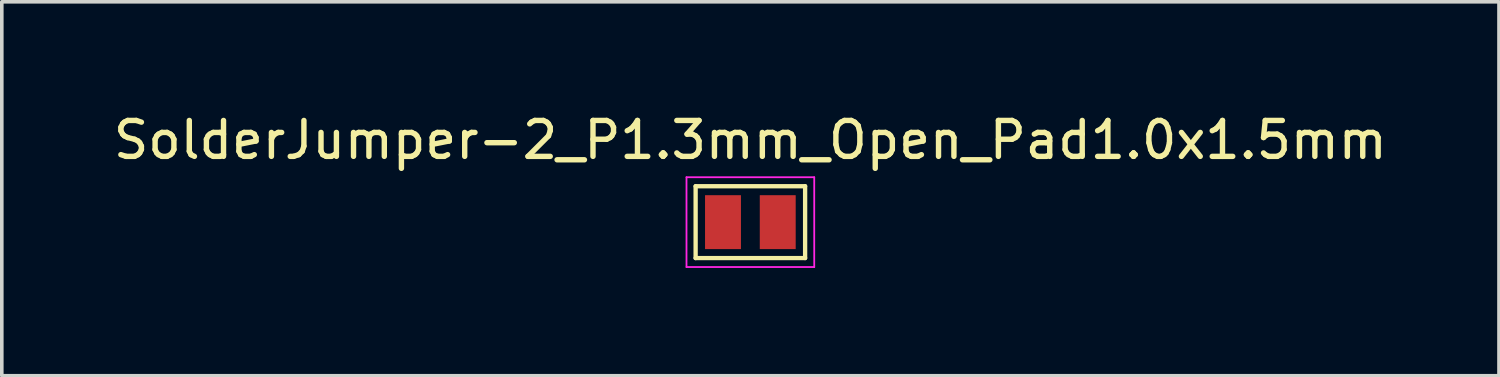
<source format=kicad_pcb>
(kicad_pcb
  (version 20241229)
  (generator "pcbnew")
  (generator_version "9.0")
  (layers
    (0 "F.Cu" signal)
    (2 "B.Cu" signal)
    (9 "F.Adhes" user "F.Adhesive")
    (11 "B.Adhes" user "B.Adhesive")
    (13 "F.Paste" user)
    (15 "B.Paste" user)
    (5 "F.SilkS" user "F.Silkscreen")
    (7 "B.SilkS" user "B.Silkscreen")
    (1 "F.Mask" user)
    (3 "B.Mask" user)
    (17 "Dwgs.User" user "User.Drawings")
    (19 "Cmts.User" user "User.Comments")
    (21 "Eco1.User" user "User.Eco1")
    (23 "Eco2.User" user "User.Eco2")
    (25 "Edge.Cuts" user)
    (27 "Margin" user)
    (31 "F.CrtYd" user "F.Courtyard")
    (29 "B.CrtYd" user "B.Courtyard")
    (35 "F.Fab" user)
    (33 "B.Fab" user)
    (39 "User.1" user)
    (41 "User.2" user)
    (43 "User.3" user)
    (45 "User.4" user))
  (footprint "SolderJumper-2_P1.3mm_Open_Pad1.0x1.5mm"
    (layer "F.Cu")
    (at 17.839 3.134)
    (property "Reference" "SolderJumper-2_P1.3mm_Open_Pad1.0x1.5mm" (at 0 -2.286 0) (layer "F.SilkS") (effects (font (size 1 1) (thickness 0.15))))
    (attr exclude_from_pos_files exclude_from_bom)
    (fp_line (start -1.524 -1) (end 1.524 -1) (stroke (width 0.12) (type solid)) (layer "F.SilkS"))
    (fp_line (start -1.524 1) (end -1.524 -1) (stroke (width 0.12) (type solid)) (layer "F.SilkS"))
    (fp_line (start 1.524 -1) (end 1.524 1) (stroke (width 0.12) (type solid)) (layer "F.SilkS"))
    (fp_line (start 1.524 1) (end -1.524 1) (stroke (width 0.12) (type solid)) (layer "F.SilkS"))
    (fp_line (start -1.778 -1.25) (end -1.778 1.25) (stroke (width 0.05) (type solid)) (layer "F.CrtYd"))
    (fp_line (start -1.778 -1.25) (end 1.778 -1.25) (stroke (width 0.05) (type solid)) (layer "F.CrtYd"))
    (fp_line (start 1.778 1.25) (end -1.778 1.25) (stroke (width 0.05) (type solid)) (layer "F.CrtYd"))
    (fp_line (start 1.778 1.25) (end 1.778 -1.25) (stroke (width 0.05) (type solid)) (layer "F.CrtYd"))
    (pad "1" smd rect (at -0.762 0) (size 1 1.5) (layers "F.Cu" "F.Mask"))
    (pad "2" smd rect (at 0.762 0) (size 1 1.5) (layers "F.Cu" "F.Mask")))
  (gr_rect
    (start -3 -3)
    (end 38.679 7.409)
    (stroke (width 0.1) (type default))
    (fill no)
    (layer "Edge.Cuts")))
</source>
